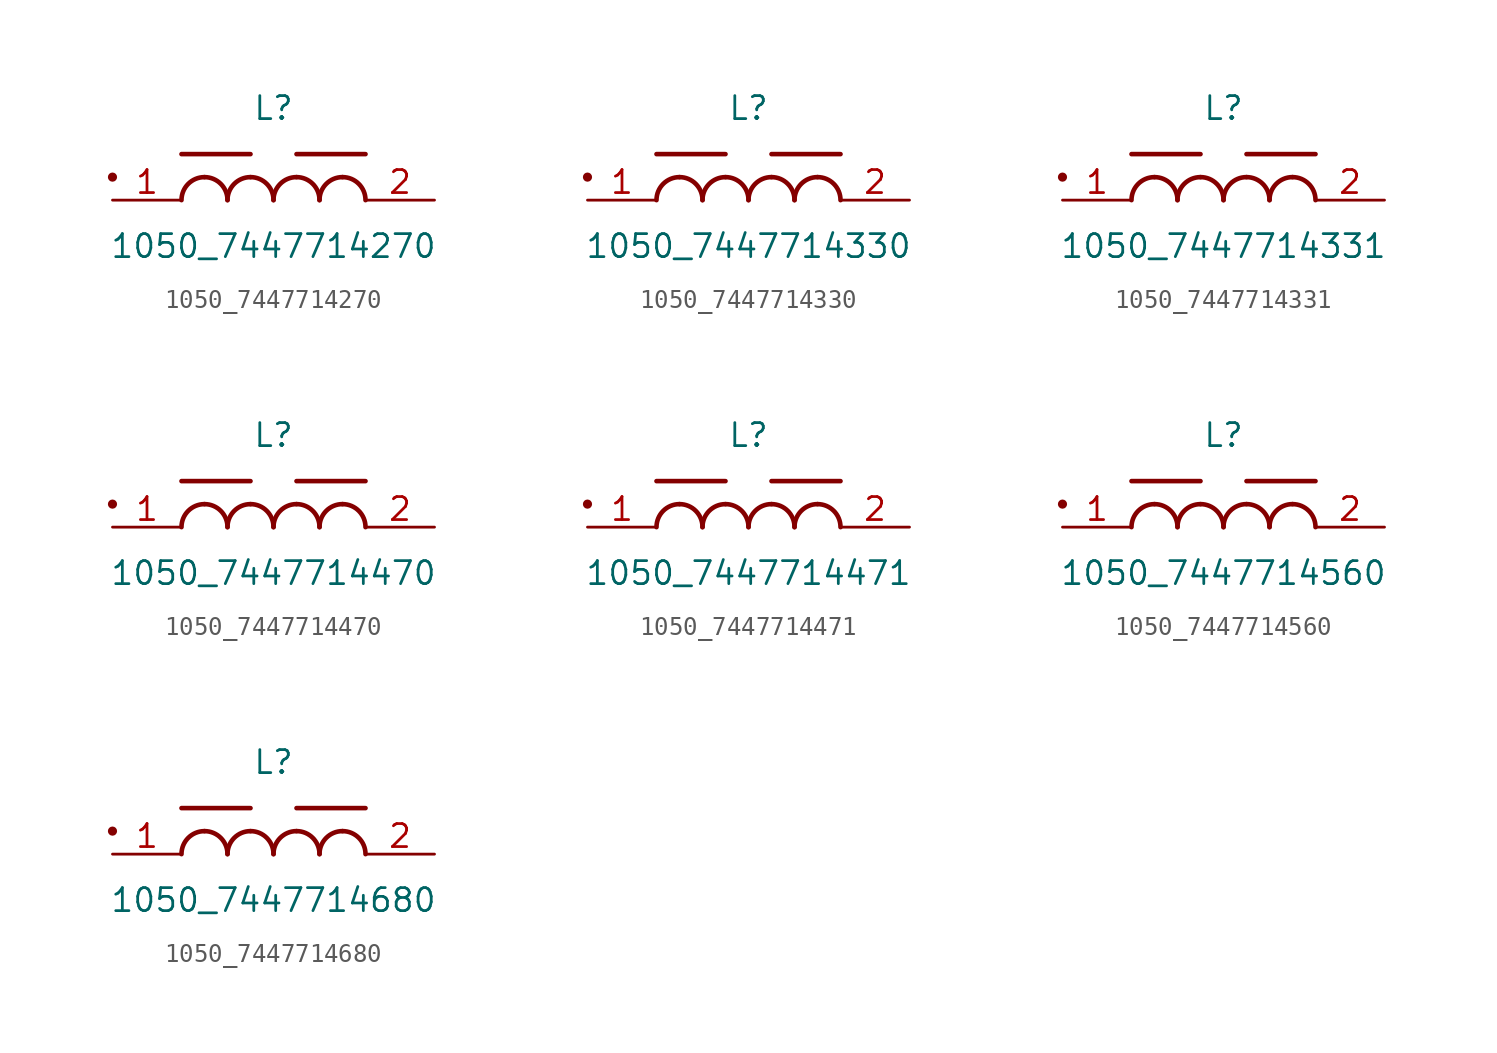
<source format=kicad_sym>
(kicad_symbol_lib
  (version 20211014)
  (generator kicad_symbol_editor)
  (symbol "Inductor_Wurth_WE-PD:1050_7447714270"
    (pin_names hide)
    (property "Reference" "L"
      (at 0 5.08 0)
      (effects (font (size 1.27 1.27))))
    (property "Value" "1050_7447714270"
      (at 0 -2.54 0)
      (effects (font (size 1.27 1.27))))
    (symbol "1050_7447714270_0_1"
      (circle (center -8.89 1.27) (radius 0.0001) (stroke (width 0.254)) (stroke (width 0.254) (type default) (color 0 0 0 0)) (fill (type none)))
      (arc (start -3.81 1.27) (mid -4.708 0.898) (end -5.08 0) (stroke (width 0.254) (type default) (color 0 0 0 0)) (fill (type none)))
      (arc (start -2.54 0) (mid -2.912 0.898) (end -3.81 1.27) (stroke (width 0.254) (type default) (color 0 0 0 0)) (fill (type none)))
      (arc (start -1.2699 1.2701) (mid -2.1679 0.8981) (end -2.5399 0.0001) (stroke (width 0.254) (type default) (color 0 0 0 0)) (fill (type none)))
      (polyline (pts (xy -5.08 2.54) (xy -1.27 2.54)) (stroke (width 0.254) (type default) (color 0 0 0 0)) (fill (type none)))
      (polyline (pts (xy 5.08 2.54) (xy 1.27 2.54)) (stroke (width 0.254) (type default) (color 0 0 0 0)) (fill (type none)))
      (arc (start 0.0001 0.0001) (mid -0.3719 0.8981) (end -1.2699 1.2701) (stroke (width 0.254) (type default) (color 0 0 0 0)) (fill (type none)))
      (arc (start 1.2701 1.2701) (mid 0.3721 0.8981) (end 0.0001 0.0001) (stroke (width 0.254) (type default) (color 0 0 0 0)) (fill (type none)))
      (arc (start 2.5401 0.0001) (mid 2.1681 0.8981) (end 1.2701 1.2701) (stroke (width 0.254) (type default) (color 0 0 0 0)) (fill (type none)))
      (arc (start 3.8101 1.2701) (mid 2.9121 0.8981) (end 2.5401 0.0001) (stroke (width 0.254) (type default) (color 0 0 0 0)) (fill (type none)))
      (arc (start 5.0801 0.0001) (mid 4.7081 0.8981) (end 3.8101 1.2701) (stroke (width 0.254) (type default) (color 0 0 0 0)) (fill (type none))))
    (symbol "1050_7447714270_1_1"
      (pin passive line (at -8.89 0 0) (length 3.81) (name "1" (effects (font (size 1.27 1.27)))) (number "1" (effects (font (size 1.27 1.27)))))
      (pin passive line (at 8.89 0 180) (length 3.81) (name "2" (effects (font (size 1.27 1.27)))) (number "2" (effects (font (size 1.27 1.27)))))))
  (symbol "Inductor_Wurth_WE-PD:1050_7447714330"
    (pin_names hide)
    (property "Reference" "L"
      (at 0 5.08 0)
      (effects (font (size 1.27 1.27))))
    (property "Value" "1050_7447714330"
      (at 0 -2.54 0)
      (effects (font (size 1.27 1.27))))
    (symbol "1050_7447714330_0_1"
      (circle (center -8.89 1.27) (radius 0.0001) (stroke (width 0.254)) (stroke (width 0.254) (type default) (color 0 0 0 0)) (fill (type none)))
      (arc (start -3.81 1.27) (mid -4.708 0.898) (end -5.08 0) (stroke (width 0.254) (type default) (color 0 0 0 0)) (fill (type none)))
      (arc (start -2.54 0) (mid -2.912 0.898) (end -3.81 1.27) (stroke (width 0.254) (type default) (color 0 0 0 0)) (fill (type none)))
      (arc (start -1.2699 1.2701) (mid -2.1679 0.8981) (end -2.5399 0.0001) (stroke (width 0.254) (type default) (color 0 0 0 0)) (fill (type none)))
      (polyline (pts (xy -5.08 2.54) (xy -1.27 2.54)) (stroke (width 0.254) (type default) (color 0 0 0 0)) (fill (type none)))
      (polyline (pts (xy 5.08 2.54) (xy 1.27 2.54)) (stroke (width 0.254) (type default) (color 0 0 0 0)) (fill (type none)))
      (arc (start 0.0001 0.0001) (mid -0.3719 0.8981) (end -1.2699 1.2701) (stroke (width 0.254) (type default) (color 0 0 0 0)) (fill (type none)))
      (arc (start 1.2701 1.2701) (mid 0.3721 0.8981) (end 0.0001 0.0001) (stroke (width 0.254) (type default) (color 0 0 0 0)) (fill (type none)))
      (arc (start 2.5401 0.0001) (mid 2.1681 0.8981) (end 1.2701 1.2701) (stroke (width 0.254) (type default) (color 0 0 0 0)) (fill (type none)))
      (arc (start 3.8101 1.2701) (mid 2.9121 0.8981) (end 2.5401 0.0001) (stroke (width 0.254) (type default) (color 0 0 0 0)) (fill (type none)))
      (arc (start 5.0801 0.0001) (mid 4.7081 0.8981) (end 3.8101 1.2701) (stroke (width 0.254) (type default) (color 0 0 0 0)) (fill (type none))))
    (symbol "1050_7447714330_1_1"
      (pin passive line (at -8.89 0 0) (length 3.81) (name "1" (effects (font (size 1.27 1.27)))) (number "1" (effects (font (size 1.27 1.27)))))
      (pin passive line (at 8.89 0 180) (length 3.81) (name "2" (effects (font (size 1.27 1.27)))) (number "2" (effects (font (size 1.27 1.27)))))))
  (symbol "Inductor_Wurth_WE-PD:1050_7447714331"
    (pin_names hide)
    (property "Reference" "L"
      (at 0 5.08 0)
      (effects (font (size 1.27 1.27))))
    (property "Value" "1050_7447714331"
      (at 0 -2.54 0)
      (effects (font (size 1.27 1.27))))
    (symbol "1050_7447714331_0_1"
      (circle (center -8.89 1.27) (radius 0.0001) (stroke (width 0.254)) (stroke (width 0.254) (type default) (color 0 0 0 0)) (fill (type none)))
      (arc (start -3.81 1.27) (mid -4.708 0.898) (end -5.08 0) (stroke (width 0.254) (type default) (color 0 0 0 0)) (fill (type none)))
      (arc (start -2.54 0) (mid -2.912 0.898) (end -3.81 1.27) (stroke (width 0.254) (type default) (color 0 0 0 0)) (fill (type none)))
      (arc (start -1.2699 1.2701) (mid -2.1679 0.8981) (end -2.5399 0.0001) (stroke (width 0.254) (type default) (color 0 0 0 0)) (fill (type none)))
      (polyline (pts (xy -5.08 2.54) (xy -1.27 2.54)) (stroke (width 0.254) (type default) (color 0 0 0 0)) (fill (type none)))
      (polyline (pts (xy 5.08 2.54) (xy 1.27 2.54)) (stroke (width 0.254) (type default) (color 0 0 0 0)) (fill (type none)))
      (arc (start 0.0001 0.0001) (mid -0.3719 0.8981) (end -1.2699 1.2701) (stroke (width 0.254) (type default) (color 0 0 0 0)) (fill (type none)))
      (arc (start 1.2701 1.2701) (mid 0.3721 0.8981) (end 0.0001 0.0001) (stroke (width 0.254) (type default) (color 0 0 0 0)) (fill (type none)))
      (arc (start 2.5401 0.0001) (mid 2.1681 0.8981) (end 1.2701 1.2701) (stroke (width 0.254) (type default) (color 0 0 0 0)) (fill (type none)))
      (arc (start 3.8101 1.2701) (mid 2.9121 0.8981) (end 2.5401 0.0001) (stroke (width 0.254) (type default) (color 0 0 0 0)) (fill (type none)))
      (arc (start 5.0801 0.0001) (mid 4.7081 0.8981) (end 3.8101 1.2701) (stroke (width 0.254) (type default) (color 0 0 0 0)) (fill (type none))))
    (symbol "1050_7447714331_1_1"
      (pin passive line (at -8.89 0 0) (length 3.81) (name "1" (effects (font (size 1.27 1.27)))) (number "1" (effects (font (size 1.27 1.27)))))
      (pin passive line (at 8.89 0 180) (length 3.81) (name "2" (effects (font (size 1.27 1.27)))) (number "2" (effects (font (size 1.27 1.27)))))))
  (symbol "Inductor_Wurth_WE-PD:1050_7447714470"
    (pin_names hide)
    (property "Reference" "L"
      (at 0 5.08 0)
      (effects (font (size 1.27 1.27))))
    (property "Value" "1050_7447714470"
      (at 0 -2.54 0)
      (effects (font (size 1.27 1.27))))
    (symbol "1050_7447714470_0_1"
      (circle (center -8.89 1.27) (radius 0.0001) (stroke (width 0.254)) (stroke (width 0.254) (type default) (color 0 0 0 0)) (fill (type none)))
      (arc (start -3.81 1.27) (mid -4.708 0.898) (end -5.08 0) (stroke (width 0.254) (type default) (color 0 0 0 0)) (fill (type none)))
      (arc (start -2.54 0) (mid -2.912 0.898) (end -3.81 1.27) (stroke (width 0.254) (type default) (color 0 0 0 0)) (fill (type none)))
      (arc (start -1.2699 1.2701) (mid -2.1679 0.8981) (end -2.5399 0.0001) (stroke (width 0.254) (type default) (color 0 0 0 0)) (fill (type none)))
      (polyline (pts (xy -5.08 2.54) (xy -1.27 2.54)) (stroke (width 0.254) (type default) (color 0 0 0 0)) (fill (type none)))
      (polyline (pts (xy 5.08 2.54) (xy 1.27 2.54)) (stroke (width 0.254) (type default) (color 0 0 0 0)) (fill (type none)))
      (arc (start 0.0001 0.0001) (mid -0.3719 0.8981) (end -1.2699 1.2701) (stroke (width 0.254) (type default) (color 0 0 0 0)) (fill (type none)))
      (arc (start 1.2701 1.2701) (mid 0.3721 0.8981) (end 0.0001 0.0001) (stroke (width 0.254) (type default) (color 0 0 0 0)) (fill (type none)))
      (arc (start 2.5401 0.0001) (mid 2.1681 0.8981) (end 1.2701 1.2701) (stroke (width 0.254) (type default) (color 0 0 0 0)) (fill (type none)))
      (arc (start 3.8101 1.2701) (mid 2.9121 0.8981) (end 2.5401 0.0001) (stroke (width 0.254) (type default) (color 0 0 0 0)) (fill (type none)))
      (arc (start 5.0801 0.0001) (mid 4.7081 0.8981) (end 3.8101 1.2701) (stroke (width 0.254) (type default) (color 0 0 0 0)) (fill (type none))))
    (symbol "1050_7447714470_1_1"
      (pin passive line (at -8.89 0 0) (length 3.81) (name "1" (effects (font (size 1.27 1.27)))) (number "1" (effects (font (size 1.27 1.27)))))
      (pin passive line (at 8.89 0 180) (length 3.81) (name "2" (effects (font (size 1.27 1.27)))) (number "2" (effects (font (size 1.27 1.27)))))))
  (symbol "Inductor_Wurth_WE-PD:1050_7447714471"
    (pin_names hide)
    (property "Reference" "L"
      (at 0 5.08 0)
      (effects (font (size 1.27 1.27))))
    (property "Value" "1050_7447714471"
      (at 0 -2.54 0)
      (effects (font (size 1.27 1.27))))
    (symbol "1050_7447714471_0_1"
      (circle (center -8.89 1.27) (radius 0.0001) (stroke (width 0.254)) (stroke (width 0.254) (type default) (color 0 0 0 0)) (fill (type none)))
      (arc (start -3.81 1.27) (mid -4.708 0.898) (end -5.08 0) (stroke (width 0.254) (type default) (color 0 0 0 0)) (fill (type none)))
      (arc (start -2.54 0) (mid -2.912 0.898) (end -3.81 1.27) (stroke (width 0.254) (type default) (color 0 0 0 0)) (fill (type none)))
      (arc (start -1.2699 1.2701) (mid -2.1679 0.8981) (end -2.5399 0.0001) (stroke (width 0.254) (type default) (color 0 0 0 0)) (fill (type none)))
      (polyline (pts (xy -5.08 2.54) (xy -1.27 2.54)) (stroke (width 0.254) (type default) (color 0 0 0 0)) (fill (type none)))
      (polyline (pts (xy 5.08 2.54) (xy 1.27 2.54)) (stroke (width 0.254) (type default) (color 0 0 0 0)) (fill (type none)))
      (arc (start 0.0001 0.0001) (mid -0.3719 0.8981) (end -1.2699 1.2701) (stroke (width 0.254) (type default) (color 0 0 0 0)) (fill (type none)))
      (arc (start 1.2701 1.2701) (mid 0.3721 0.8981) (end 0.0001 0.0001) (stroke (width 0.254) (type default) (color 0 0 0 0)) (fill (type none)))
      (arc (start 2.5401 0.0001) (mid 2.1681 0.8981) (end 1.2701 1.2701) (stroke (width 0.254) (type default) (color 0 0 0 0)) (fill (type none)))
      (arc (start 3.8101 1.2701) (mid 2.9121 0.8981) (end 2.5401 0.0001) (stroke (width 0.254) (type default) (color 0 0 0 0)) (fill (type none)))
      (arc (start 5.0801 0.0001) (mid 4.7081 0.8981) (end 3.8101 1.2701) (stroke (width 0.254) (type default) (color 0 0 0 0)) (fill (type none))))
    (symbol "1050_7447714471_1_1"
      (pin passive line (at -8.89 0 0) (length 3.81) (name "1" (effects (font (size 1.27 1.27)))) (number "1" (effects (font (size 1.27 1.27)))))
      (pin passive line (at 8.89 0 180) (length 3.81) (name "2" (effects (font (size 1.27 1.27)))) (number "2" (effects (font (size 1.27 1.27)))))))
  (symbol "Inductor_Wurth_WE-PD:1050_7447714560"
    (pin_names hide)
    (property "Reference" "L"
      (at 0 5.08 0)
      (effects (font (size 1.27 1.27))))
    (property "Value" "1050_7447714560"
      (at 0 -2.54 0)
      (effects (font (size 1.27 1.27))))
    (symbol "1050_7447714560_0_1"
      (circle (center -8.89 1.27) (radius 0.0001) (stroke (width 0.254)) (stroke (width 0.254) (type default) (color 0 0 0 0)) (fill (type none)))
      (arc (start -3.81 1.27) (mid -4.708 0.898) (end -5.08 0) (stroke (width 0.254) (type default) (color 0 0 0 0)) (fill (type none)))
      (arc (start -2.54 0) (mid -2.912 0.898) (end -3.81 1.27) (stroke (width 0.254) (type default) (color 0 0 0 0)) (fill (type none)))
      (arc (start -1.2699 1.2701) (mid -2.1679 0.8981) (end -2.5399 0.0001) (stroke (width 0.254) (type default) (color 0 0 0 0)) (fill (type none)))
      (polyline (pts (xy -5.08 2.54) (xy -1.27 2.54)) (stroke (width 0.254) (type default) (color 0 0 0 0)) (fill (type none)))
      (polyline (pts (xy 5.08 2.54) (xy 1.27 2.54)) (stroke (width 0.254) (type default) (color 0 0 0 0)) (fill (type none)))
      (arc (start 0.0001 0.0001) (mid -0.3719 0.8981) (end -1.2699 1.2701) (stroke (width 0.254) (type default) (color 0 0 0 0)) (fill (type none)))
      (arc (start 1.2701 1.2701) (mid 0.3721 0.8981) (end 0.0001 0.0001) (stroke (width 0.254) (type default) (color 0 0 0 0)) (fill (type none)))
      (arc (start 2.5401 0.0001) (mid 2.1681 0.8981) (end 1.2701 1.2701) (stroke (width 0.254) (type default) (color 0 0 0 0)) (fill (type none)))
      (arc (start 3.8101 1.2701) (mid 2.9121 0.8981) (end 2.5401 0.0001) (stroke (width 0.254) (type default) (color 0 0 0 0)) (fill (type none)))
      (arc (start 5.0801 0.0001) (mid 4.7081 0.8981) (end 3.8101 1.2701) (stroke (width 0.254) (type default) (color 0 0 0 0)) (fill (type none))))
    (symbol "1050_7447714560_1_1"
      (pin passive line (at -8.89 0 0) (length 3.81) (name "1" (effects (font (size 1.27 1.27)))) (number "1" (effects (font (size 1.27 1.27)))))
      (pin passive line (at 8.89 0 180) (length 3.81) (name "2" (effects (font (size 1.27 1.27)))) (number "2" (effects (font (size 1.27 1.27)))))))
  (symbol "Inductor_Wurth_WE-PD:1050_7447714680"
    (pin_names hide)
    (property "Reference" "L"
      (at 0 5.08 0)
      (effects (font (size 1.27 1.27))))
    (property "Value" "1050_7447714680"
      (at 0 -2.54 0)
      (effects (font (size 1.27 1.27))))
    (symbol "1050_7447714680_0_1"
      (circle (center -8.89 1.27) (radius 0.0001) (stroke (width 0.254)) (stroke (width 0.254) (type default) (color 0 0 0 0)) (fill (type none)))
      (arc (start -3.81 1.27) (mid -4.708 0.898) (end -5.08 0) (stroke (width 0.254) (type default) (color 0 0 0 0)) (fill (type none)))
      (arc (start -2.54 0) (mid -2.912 0.898) (end -3.81 1.27) (stroke (width 0.254) (type default) (color 0 0 0 0)) (fill (type none)))
      (arc (start -1.2699 1.2701) (mid -2.1679 0.8981) (end -2.5399 0.0001) (stroke (width 0.254) (type default) (color 0 0 0 0)) (fill (type none)))
      (polyline (pts (xy -5.08 2.54) (xy -1.27 2.54)) (stroke (width 0.254) (type default) (color 0 0 0 0)) (fill (type none)))
      (polyline (pts (xy 5.08 2.54) (xy 1.27 2.54)) (stroke (width 0.254) (type default) (color 0 0 0 0)) (fill (type none)))
      (arc (start 0.0001 0.0001) (mid -0.3719 0.8981) (end -1.2699 1.2701) (stroke (width 0.254) (type default) (color 0 0 0 0)) (fill (type none)))
      (arc (start 1.2701 1.2701) (mid 0.3721 0.8981) (end 0.0001 0.0001) (stroke (width 0.254) (type default) (color 0 0 0 0)) (fill (type none)))
      (arc (start 2.5401 0.0001) (mid 2.1681 0.8981) (end 1.2701 1.2701) (stroke (width 0.254) (type default) (color 0 0 0 0)) (fill (type none)))
      (arc (start 3.8101 1.2701) (mid 2.9121 0.8981) (end 2.5401 0.0001) (stroke (width 0.254) (type default) (color 0 0 0 0)) (fill (type none)))
      (arc (start 5.0801 0.0001) (mid 4.7081 0.8981) (end 3.8101 1.2701) (stroke (width 0.254) (type default) (color 0 0 0 0)) (fill (type none))))
    (symbol "1050_7447714680_1_1"
      (pin passive line (at -8.89 0 0) (length 3.81) (name "1" (effects (font (size 1.27 1.27)))) (number "1" (effects (font (size 1.27 1.27)))))
      (pin passive line (at 8.89 0 180) (length 3.81) (name "2" (effects (font (size 1.27 1.27)))) (number "2" (effects (font (size 1.27 1.27))))))))
</source>
